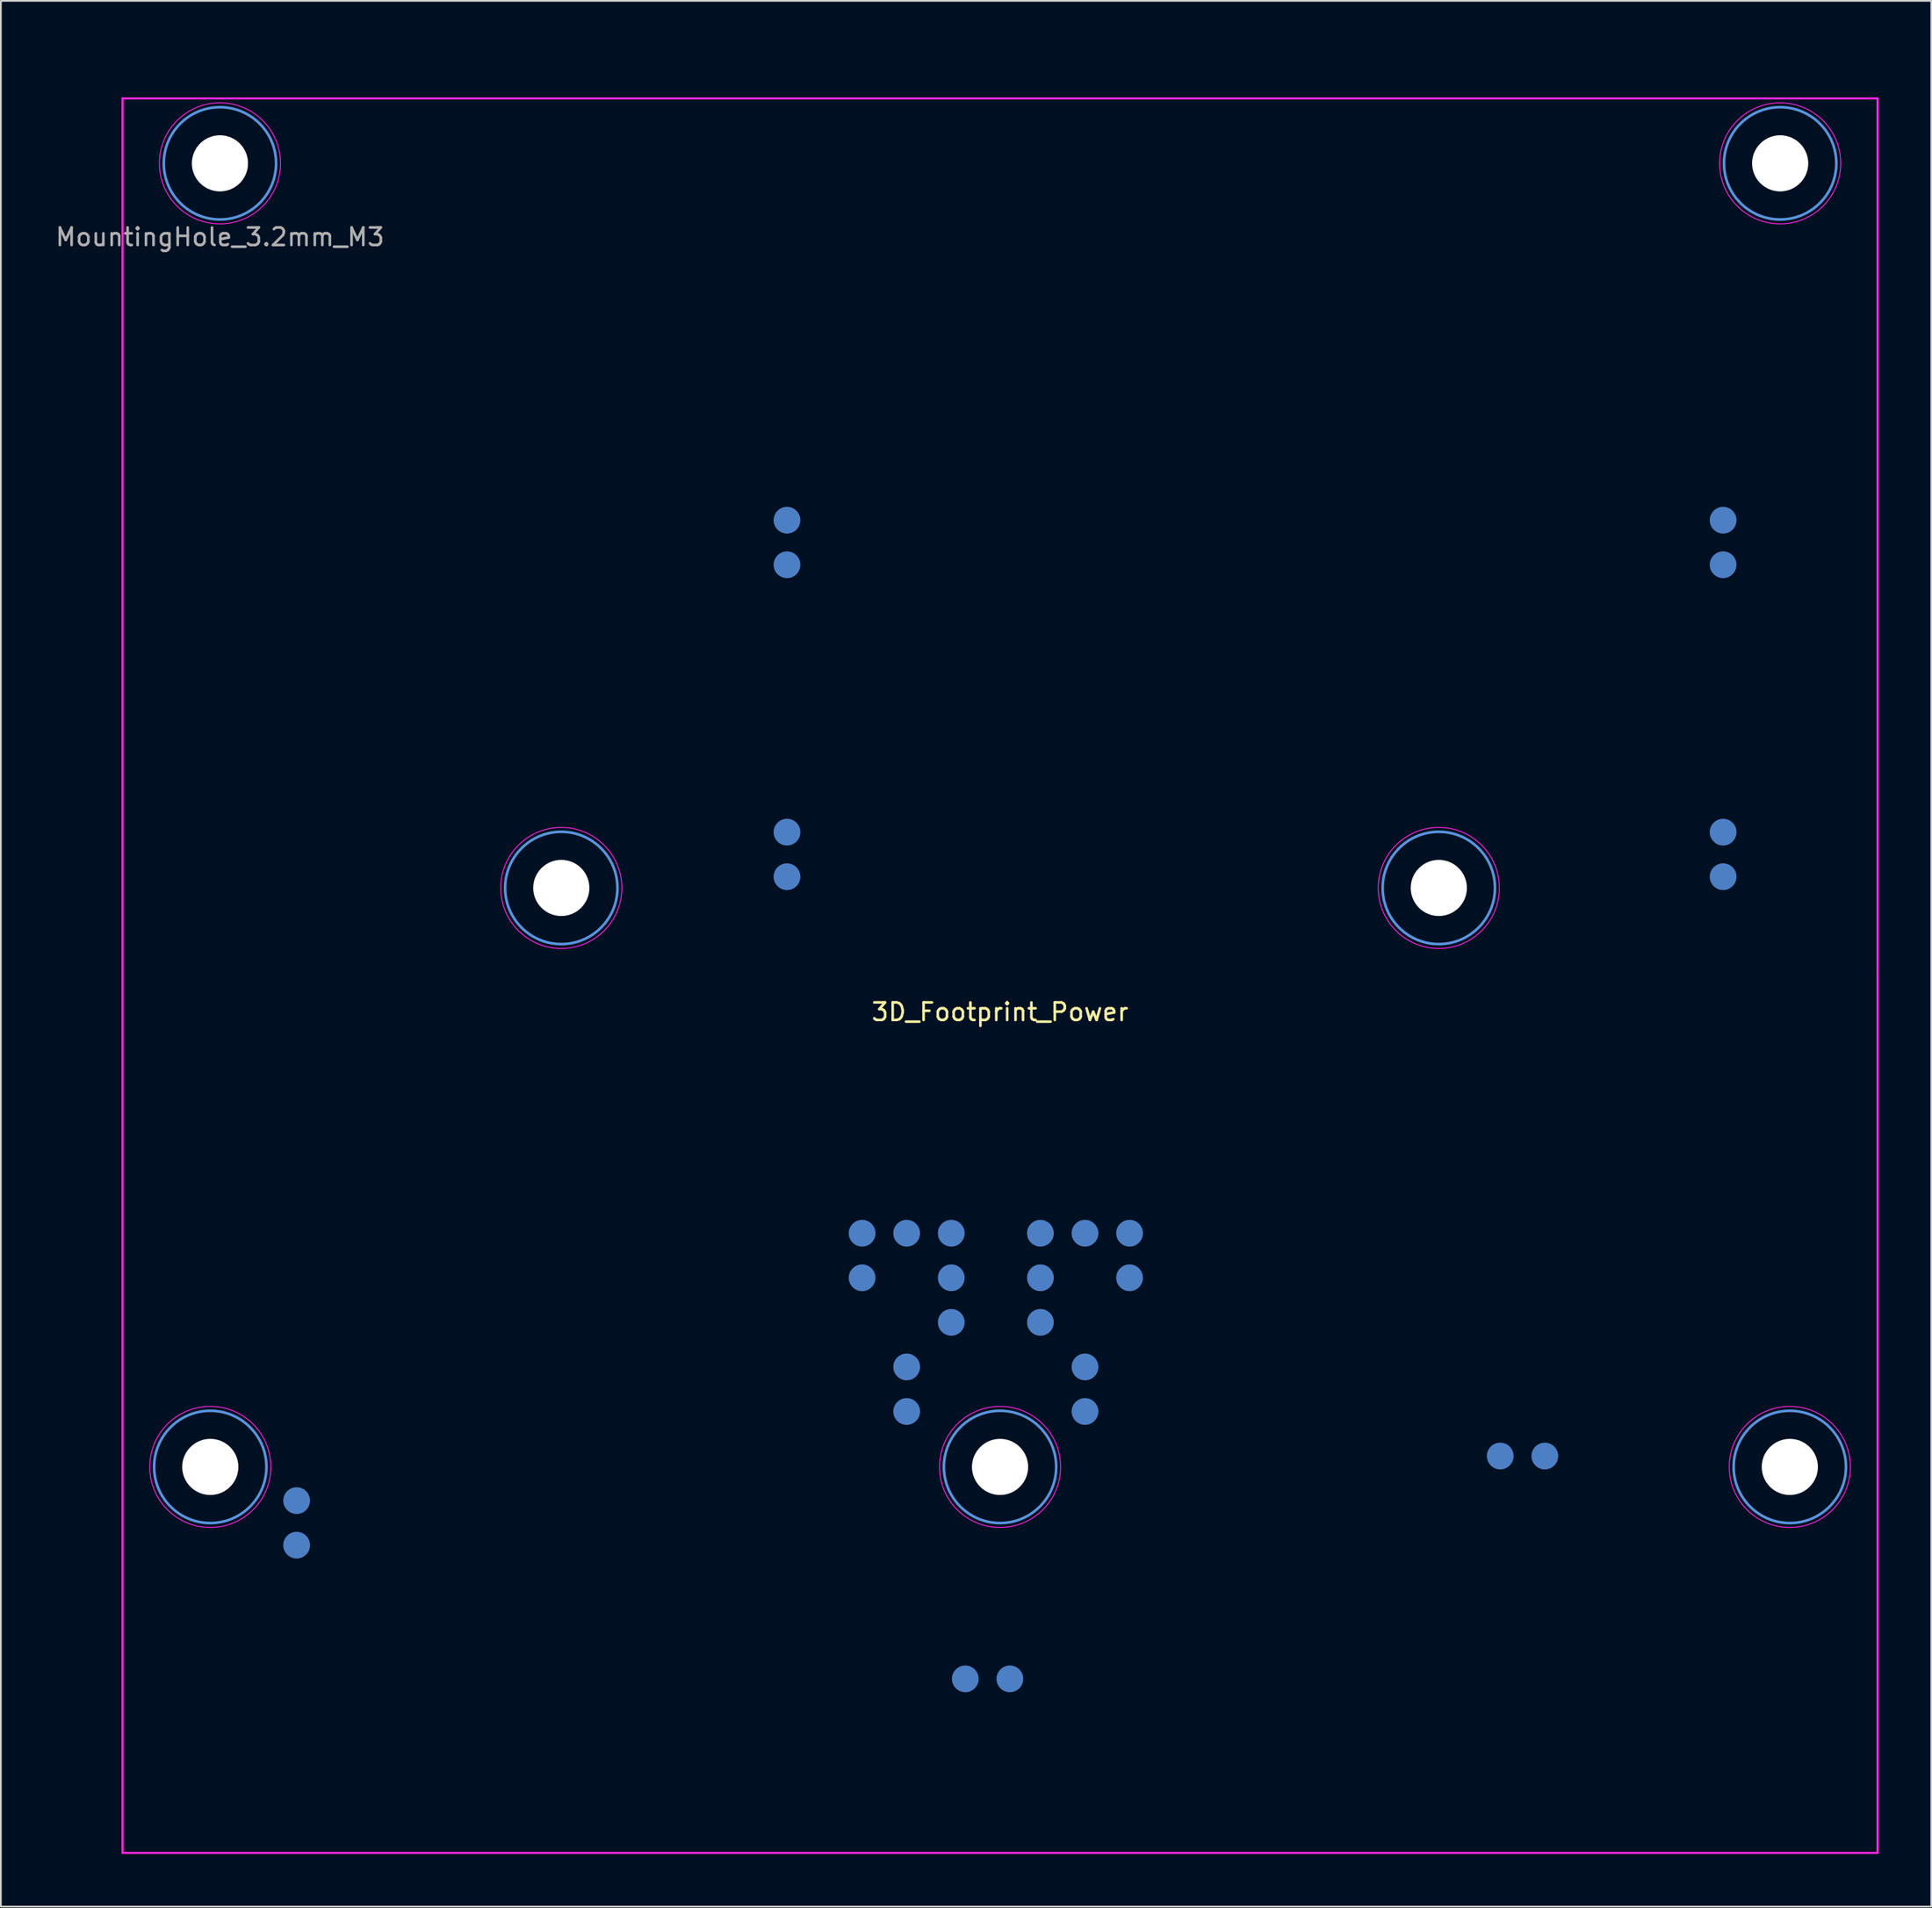
<source format=kicad_pcb>
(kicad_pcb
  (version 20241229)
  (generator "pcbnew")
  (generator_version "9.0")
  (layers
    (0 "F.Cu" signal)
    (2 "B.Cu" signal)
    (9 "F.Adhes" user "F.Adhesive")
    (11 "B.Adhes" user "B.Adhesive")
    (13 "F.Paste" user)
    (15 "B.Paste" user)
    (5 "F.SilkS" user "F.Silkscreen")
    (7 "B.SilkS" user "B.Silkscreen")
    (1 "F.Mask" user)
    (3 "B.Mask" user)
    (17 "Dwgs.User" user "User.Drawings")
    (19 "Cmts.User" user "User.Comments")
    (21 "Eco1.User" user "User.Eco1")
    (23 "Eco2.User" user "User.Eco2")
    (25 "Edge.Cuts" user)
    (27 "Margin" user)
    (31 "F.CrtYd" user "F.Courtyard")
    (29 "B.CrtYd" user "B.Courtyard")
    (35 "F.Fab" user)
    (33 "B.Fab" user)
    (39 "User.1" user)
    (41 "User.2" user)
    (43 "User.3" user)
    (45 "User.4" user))
  (footprint "3D_Footprint_Power"
    (layer "F.Cu")
    (at 3.932 2.56)
    (property "Reference" "3D_Footprint_Power" (at 50 52.07 0) (layer "F.SilkS") (effects (font (size 1 1) (thickness 0.15))))
    (attr through_hole)
    (fp_circle (center 5 78) (end 8.2 78) (stroke (width 0.15) (type solid)) (fill no) (layer "Cmts.User"))
    (fp_circle (center 5.55 3.7) (end 8.75 3.7) (stroke (width 0.15) (type solid)) (fill no) (layer "Cmts.User"))
    (fp_circle (center 25 45) (end 28.2 45) (stroke (width 0.15) (type solid)) (fill no) (layer "Cmts.User"))
    (fp_circle (center 50 78) (end 53.2 78) (stroke (width 0.15) (type solid)) (fill no) (layer "Cmts.User"))
    (fp_circle (center 75 45) (end 71.8 45) (stroke (width 0.15) (type solid)) (fill no) (layer "Cmts.User"))
    (fp_circle (center 94.45 3.7) (end 97.65 3.7) (stroke (width 0.15) (type solid)) (fill no) (layer "Cmts.User"))
    (fp_circle (center 95 78) (end 98.2 78) (stroke (width 0.15) (type solid)) (fill no) (layer "Cmts.User"))
    (fp_line (start -2.5 0) (end 2.5 0) (stroke (width 0.12) (type solid)) (layer "Eco2.User"))
    (fp_line (start 0 -2.5) (end 0 2.5) (stroke (width 0.12) (type solid)) (layer "Eco2.User"))
    (fp_line (start 0 0) (end 100 0) (stroke (width 0.12) (type solid)) (layer "F.CrtYd"))
    (fp_line (start 0 100) (end 0 0) (stroke (width 0.12) (type solid)) (layer "F.CrtYd"))
    (fp_line (start 100 0) (end 100 50) (stroke (width 0.12) (type solid)) (layer "F.CrtYd"))
    (fp_line (start 100 50) (end 100 100) (stroke (width 0.12) (type solid)) (layer "F.CrtYd"))
    (fp_line (start 100 100) (end 0 100) (stroke (width 0.12) (type solid)) (layer "F.CrtYd"))
    (fp_circle (center 5 78) (end 8.45 78) (stroke (width 0.05) (type solid)) (fill no) (layer "F.CrtYd"))
    (fp_circle (center 5.55 3.7) (end 9 3.7) (stroke (width 0.05) (type solid)) (fill no) (layer "F.CrtYd"))
    (fp_circle (center 25 45) (end 28.45 45) (stroke (width 0.05) (type solid)) (fill no) (layer "F.CrtYd"))
    (fp_circle (center 50 78) (end 53.45 78) (stroke (width 0.05) (type solid)) (fill no) (layer "F.CrtYd"))
    (fp_circle (center 75 45) (end 71.55 45) (stroke (width 0.05) (type solid)) (fill no) (layer "F.CrtYd"))
    (fp_circle (center 94.45 3.7) (end 97.9 3.7) (stroke (width 0.05) (type solid)) (fill no) (layer "F.CrtYd"))
    (fp_circle (center 95 78) (end 98.45 78) (stroke (width 0.05) (type solid)) (fill no) (layer "F.CrtYd"))
    (fp_text user "MountingHole_3.2mm_M3" (at 5.55 7.9 0) (layer "F.Fab") (effects (font (size 1 1) (thickness 0.15))))
    (pad "" np_thru_hole circle (at 5 78) (size 3.2 3.2) (drill 3.2) (layers "*.Cu" "*.Mask"))
    (pad "" np_thru_hole circle (at 5.55 3.7) (size 3.2 3.2) (drill 3.2) (layers "*.Cu" "*.Mask"))
    (pad "" np_thru_hole circle (at 25 45) (size 3.2 3.2) (drill 3.2) (layers "*.Cu" "*.Mask"))
    (pad "" np_thru_hole circle (at 50 78) (size 3.2 3.2) (drill 3.2) (layers "*.Cu" "*.Mask"))
    (pad "" np_thru_hole circle (at 75 45 180) (size 3.2 3.2) (drill 3.2) (layers "*.Cu" "*.Mask"))
    (pad "" np_thru_hole circle (at 94.45 3.7) (size 3.2 3.2) (drill 3.2) (layers "*.Cu" "*.Mask"))
    (pad "" np_thru_hole circle (at 95 78) (size 3.2 3.2) (drill 3.2) (layers "*.Cu" "*.Mask"))
    (pad "1" smd circle (at 37.86 24.04) (size 1.524 1.524) (layers "B.Cu" "B.Mask"))
    (pad "2" smd circle (at 37.86 26.58) (size 1.524 1.524) (layers "B.Cu" "B.Mask"))
    (pad "3" smd circle (at 37.86 41.82) (size 1.524 1.524) (layers "B.Cu" "B.Mask" "B.Paste"))
    (pad "4" smd circle (at 37.86 44.36) (size 1.524 1.524) (layers "B.Cu" "B.Mask" "B.Paste"))
    (pad "5" smd circle (at 91.2 24.04) (size 1.524 1.524) (layers "B.Cu" "B.Mask" "B.Paste"))
    (pad "6" smd circle (at 91.2 26.58) (size 1.524 1.524) (layers "B.Cu" "B.Mask" "B.Paste"))
    (pad "7" smd circle (at 91.2 41.82) (size 1.524 1.524) (layers "B.Cu" "B.Mask" "B.Paste"))
    (pad "8" smd circle (at 91.2 44.36) (size 1.524 1.524) (layers "B.Cu" "B.Mask" "B.Paste"))
    (pad "9" smd circle (at 48.02 90.08) (size 1.524 1.524) (layers "B.Cu" "B.Mask" "B.Paste"))
    (pad "10" smd circle (at 50.56 90.08) (size 1.524 1.524) (layers "B.Cu" "B.Mask" "B.Paste"))
    (pad "11" smd circle (at 9.92 79.92) (size 1.524 1.524) (layers "B.Cu" "B.Mask" "B.Paste"))
    (pad "12" smd circle (at 9.92 82.46) (size 1.524 1.524) (layers "B.Cu" "B.Mask" "B.Paste"))
    (pad "13" smd circle (at 44.68 72.3) (size 1.524 1.524) (layers "B.Cu" "B.Mask" "B.Paste"))
    (pad "14" smd circle (at 44.68 74.84) (size 1.524 1.524) (layers "B.Cu" "B.Mask" "B.Paste"))
    (pad "15" smd circle (at 42.14 64.68) (size 1.524 1.524) (layers "B.Cu" "B.Mask" "B.Paste"))
    (pad "16" smd circle (at 42.14 67.22) (size 1.524 1.524) (layers "B.Cu" "B.Mask" "B.Paste"))
    (pad "17" smd circle (at 54.84 72.3) (size 1.524 1.524) (layers "B.Cu" "B.Mask" "B.Paste"))
    (pad "18" smd circle (at 54.84 74.84) (size 1.524 1.524) (layers "B.Cu" "B.Mask" "B.Paste"))
    (pad "19" smd circle (at 47.22 64.68) (size 1.524 1.524) (layers "B.Cu" "B.Mask" "B.Paste"))
    (pad "20" smd circle (at 44.68 64.68) (size 1.524 1.524) (layers "B.Cu" "B.Mask" "B.Paste"))
    (pad "21" smd circle (at 52.3 64.68) (size 1.524 1.524) (layers "B.Cu" "B.Mask" "B.Paste"))
    (pad "22" smd circle (at 54.84 64.68) (size 1.524 1.524) (layers "B.Cu" "B.Mask" "B.Paste"))
    (pad "23" smd circle (at 57.38 64.68) (size 1.524 1.524) (layers "B.Cu" "B.Mask" "B.Paste"))
    (pad "24" smd circle (at 57.38 67.22) (size 1.524 1.524) (layers "B.Cu" "B.Mask" "B.Paste"))
    (pad "27" smd circle (at 52.3 69.76) (size 1.524 1.524) (layers "B.Cu" "B.Mask" "B.Paste"))
    (pad "28" smd circle (at 52.3 67.22) (size 1.524 1.524) (layers "B.Cu" "B.Mask" "B.Paste"))
    (pad "29" smd circle (at 47.22 69.76) (size 1.524 1.524) (layers "B.Cu" "B.Mask" "B.Paste"))
    (pad "30" smd circle (at 47.22 67.22) (size 1.524 1.524) (layers "B.Cu" "B.Mask" "B.Paste"))
    (pad "31" smd circle (at 81.04 77.38) (size 1.524 1.524) (layers "B.Cu" "B.Mask" "B.Paste"))
    (pad "32" smd circle (at 78.5 77.38) (size 1.524 1.524) (layers "B.Cu" "B.Mask" "B.Paste")))
  (gr_rect
    (start -3 -3)
    (end 106.992 105.62)
    (stroke (width 0.1) (type default))
    (fill no)
    (layer "Edge.Cuts")))
</source>
